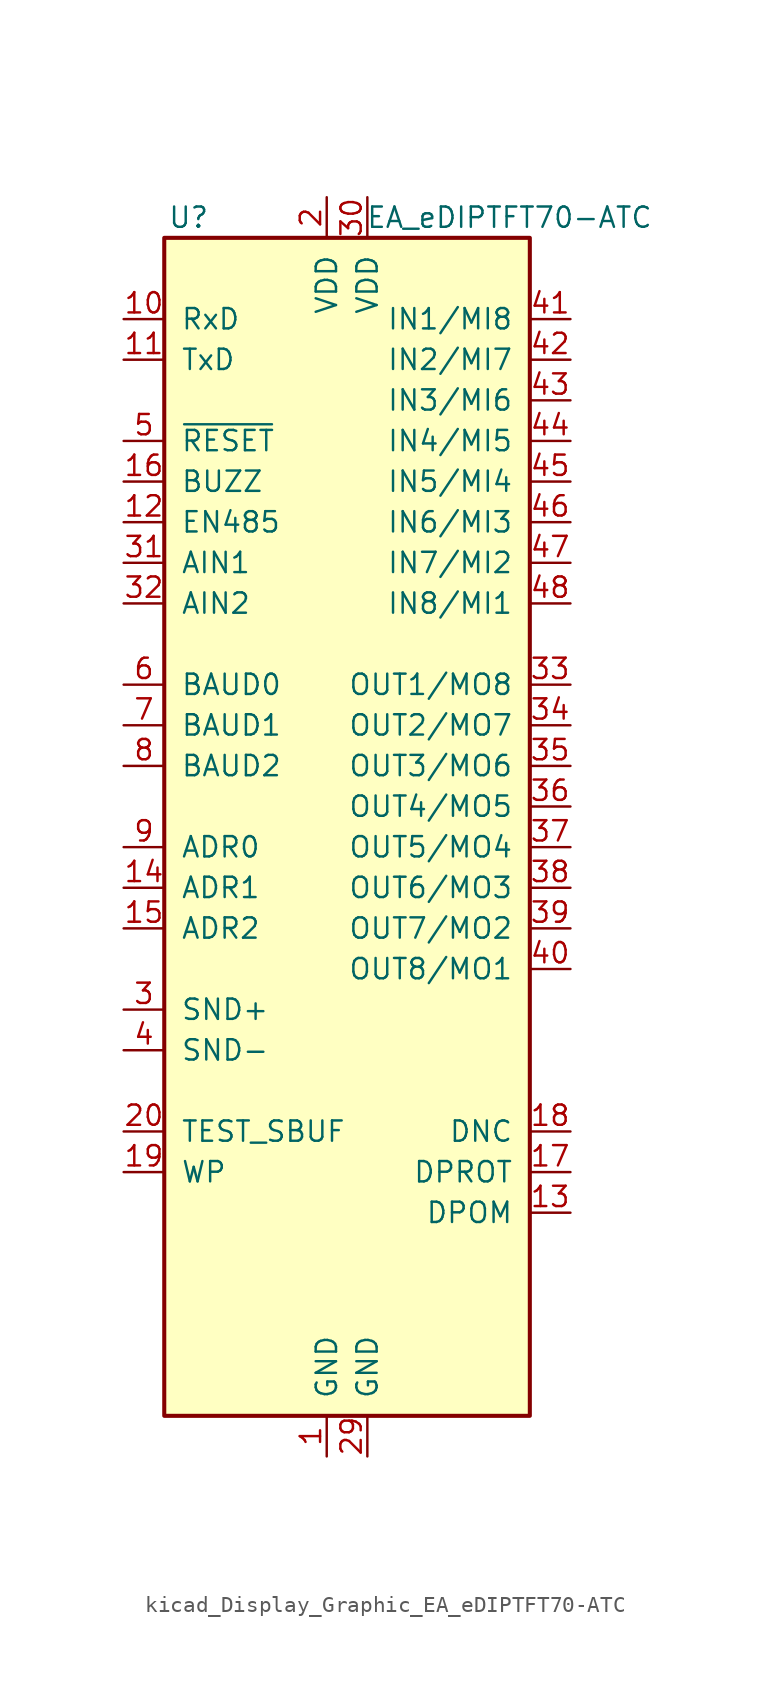
<source format=kicad_sym>
(kicad_symbol_lib
  (version 20220914)
  (generator kicad_symbol_editor)
  (symbol "kicad_Display_Graphic_EA_eDIPTFT70-ATC"
    (pin_names
      (offset 1.016))
    (property "Reference" "U"
      (at -8.636 36.83 0)
      (effects (font (size 1.27 1.27))))
    (property "Value" "EA_eDIPTFT70-ATC"
      (at 11.43 36.83 0)
      (effects (font (size 1.27 1.27))))
    (symbol "kicad_Display_Graphic_EA_eDIPTFT70-ATC_0_1"
      (rectangle (start -10.16 35.56) (end 12.7 -38.1) (stroke (width 0.254) (type default)) (fill (type background))))
    (symbol "kicad_Display_Graphic_EA_eDIPTFT70-ATC_1_1"
      (pin power_in line (at 0 -40.64 90) (length 2.54) (name "GND" (effects (font (size 1.27 1.27)))) (number "1" (effects (font (size 1.27 1.27)))))
      (pin input line (at -12.7 30.48 0) (length 2.54) (name "RxD" (effects (font (size 1.27 1.27)))) (number "10" (effects (font (size 1.27 1.27)))))
      (pin output line (at -12.7 27.94 0) (length 2.54) (name "TxD" (effects (font (size 1.27 1.27)))) (number "11" (effects (font (size 1.27 1.27)))))
      (pin output line (at -12.7 17.78 0) (length 2.54) (name "EN485" (effects (font (size 1.27 1.27)))) (number "12" (effects (font (size 1.27 1.27)))))
      (pin input line (at 15.24 -25.4 180) (length 2.54) (name "DPOM" (effects (font (size 1.27 1.27)))) (number "13" (effects (font (size 1.27 1.27)))))
      (pin input line (at -12.7 -5.08 0) (length 2.54) (name "ADR1" (effects (font (size 1.27 1.27)))) (number "14" (effects (font (size 1.27 1.27)))))
      (pin input line (at -12.7 -7.62 0) (length 2.54) (name "ADR2" (effects (font (size 1.27 1.27)))) (number "15" (effects (font (size 1.27 1.27)))))
      (pin output line (at -12.7 20.32 0) (length 2.54) (name "BUZZ" (effects (font (size 1.27 1.27)))) (number "16" (effects (font (size 1.27 1.27)))))
      (pin input line (at 15.24 -22.86 180) (length 2.54) (name "DPROT" (effects (font (size 1.27 1.27)))) (number "17" (effects (font (size 1.27 1.27)))))
      (pin output line (at 15.24 -20.32 180) (length 2.54) (name "DNC" (effects (font (size 1.27 1.27)))) (number "18" (effects (font (size 1.27 1.27)))))
      (pin input line (at -12.7 -22.86 0) (length 2.54) (name "WP" (effects (font (size 1.27 1.27)))) (number "19" (effects (font (size 1.27 1.27)))))
      (pin power_in line (at 0 38.1 270) (length 2.54) (name "VDD" (effects (font (size 1.27 1.27)))) (number "2" (effects (font (size 1.27 1.27)))))
      (pin bidirectional line (at -12.7 -20.32 0) (length 2.54) (name "TEST_SBUF" (effects (font (size 1.27 1.27)))) (number "20" (effects (font (size 1.27 1.27)))))
      (pin no_connect line (at -10.16 -27.94 0) (length 2.54) hide (name "NC" (effects (font (size 1.27 1.27)))) (number "21" (effects (font (size 1.27 1.27)))))
      (pin no_connect line (at -10.16 -30.48 0) (length 2.54) hide (name "NC" (effects (font (size 1.27 1.27)))) (number "22" (effects (font (size 1.27 1.27)))))
      (pin no_connect line (at -10.16 -33.02 0) (length 2.54) hide (name "NC" (effects (font (size 1.27 1.27)))) (number "23" (effects (font (size 1.27 1.27)))))
      (pin no_connect line (at -10.16 -35.56 0) (length 2.54) hide (name "NC" (effects (font (size 1.27 1.27)))) (number "24" (effects (font (size 1.27 1.27)))))
      (pin no_connect line (at 12.7 -35.56 180) (length 2.54) hide (name "NC" (effects (font (size 1.27 1.27)))) (number "25" (effects (font (size 1.27 1.27)))))
      (pin no_connect line (at 12.7 -33.02 180) (length 2.54) hide (name "NC" (effects (font (size 1.27 1.27)))) (number "26" (effects (font (size 1.27 1.27)))))
      (pin no_connect line (at 12.7 -30.48 180) (length 2.54) hide (name "NC" (effects (font (size 1.27 1.27)))) (number "27" (effects (font (size 1.27 1.27)))))
      (pin no_connect line (at 12.7 -27.94 180) (length 2.54) hide (name "NC" (effects (font (size 1.27 1.27)))) (number "28" (effects (font (size 1.27 1.27)))))
      (pin power_in line (at 2.54 -40.64 90) (length 2.54) (name "GND" (effects (font (size 1.27 1.27)))) (number "29" (effects (font (size 1.27 1.27)))))
      (pin output line (at -12.7 -12.7 0) (length 2.54) (name "SND+" (effects (font (size 1.27 1.27)))) (number "3" (effects (font (size 1.27 1.27)))))
      (pin power_in line (at 2.54 38.1 270) (length 2.54) (name "VDD" (effects (font (size 1.27 1.27)))) (number "30" (effects (font (size 1.27 1.27)))))
      (pin input line (at -12.7 15.24 0) (length 2.54) (name "AIN1" (effects (font (size 1.27 1.27)))) (number "31" (effects (font (size 1.27 1.27)))))
      (pin input line (at -12.7 12.7 0) (length 2.54) (name "AIN2" (effects (font (size 1.27 1.27)))) (number "32" (effects (font (size 1.27 1.27)))))
      (pin output line (at 15.24 7.62 180) (length 2.54) (name "OUT1/MO8" (effects (font (size 1.27 1.27)))) (number "33" (effects (font (size 1.27 1.27)))))
      (pin output line (at 15.24 5.08 180) (length 2.54) (name "OUT2/MO7" (effects (font (size 1.27 1.27)))) (number "34" (effects (font (size 1.27 1.27)))))
      (pin output line (at 15.24 2.54 180) (length 2.54) (name "OUT3/MO6" (effects (font (size 1.27 1.27)))) (number "35" (effects (font (size 1.27 1.27)))))
      (pin output line (at 15.24 0 180) (length 2.54) (name "OUT4/MO5" (effects (font (size 1.27 1.27)))) (number "36" (effects (font (size 1.27 1.27)))))
      (pin output line (at 15.24 -2.54 180) (length 2.54) (name "OUT5/MO4" (effects (font (size 1.27 1.27)))) (number "37" (effects (font (size 1.27 1.27)))))
      (pin output line (at 15.24 -5.08 180) (length 2.54) (name "OUT6/MO3" (effects (font (size 1.27 1.27)))) (number "38" (effects (font (size 1.27 1.27)))))
      (pin output line (at 15.24 -7.62 180) (length 2.54) (name "OUT7/MO2" (effects (font (size 1.27 1.27)))) (number "39" (effects (font (size 1.27 1.27)))))
      (pin input line (at -12.7 -15.24 0) (length 2.54) (name "SND-" (effects (font (size 1.27 1.27)))) (number "4" (effects (font (size 1.27 1.27)))))
      (pin output line (at 15.24 -10.16 180) (length 2.54) (name "OUT8/MO1" (effects (font (size 1.27 1.27)))) (number "40" (effects (font (size 1.27 1.27)))))
      (pin input line (at 15.24 30.48 180) (length 2.54) (name "IN1/MI8" (effects (font (size 1.27 1.27)))) (number "41" (effects (font (size 1.27 1.27)))))
      (pin input line (at 15.24 27.94 180) (length 2.54) (name "IN2/MI7" (effects (font (size 1.27 1.27)))) (number "42" (effects (font (size 1.27 1.27)))))
      (pin input line (at 15.24 25.4 180) (length 2.54) (name "IN3/MI6" (effects (font (size 1.27 1.27)))) (number "43" (effects (font (size 1.27 1.27)))))
      (pin input line (at 15.24 22.86 180) (length 2.54) (name "IN4/MI5" (effects (font (size 1.27 1.27)))) (number "44" (effects (font (size 1.27 1.27)))))
      (pin input line (at 15.24 20.32 180) (length 2.54) (name "IN5/MI4" (effects (font (size 1.27 1.27)))) (number "45" (effects (font (size 1.27 1.27)))))
      (pin input line (at 15.24 17.78 180) (length 2.54) (name "IN6/MI3" (effects (font (size 1.27 1.27)))) (number "46" (effects (font (size 1.27 1.27)))))
      (pin input line (at 15.24 15.24 180) (length 2.54) (name "IN7/MI2" (effects (font (size 1.27 1.27)))) (number "47" (effects (font (size 1.27 1.27)))))
      (pin input line (at 15.24 12.7 180) (length 2.54) (name "IN8/MI1" (effects (font (size 1.27 1.27)))) (number "48" (effects (font (size 1.27 1.27)))))
      (pin input line (at -12.7 22.86 0) (length 2.54) (name "~{RESET}" (effects (font (size 1.27 1.27)))) (number "5" (effects (font (size 1.27 1.27)))))
      (pin input line (at -12.7 7.62 0) (length 2.54) (name "BAUD0" (effects (font (size 1.27 1.27)))) (number "6" (effects (font (size 1.27 1.27)))))
      (pin input line (at -12.7 5.08 0) (length 2.54) (name "BAUD1" (effects (font (size 1.27 1.27)))) (number "7" (effects (font (size 1.27 1.27)))))
      (pin input line (at -12.7 2.54 0) (length 2.54) (name "BAUD2" (effects (font (size 1.27 1.27)))) (number "8" (effects (font (size 1.27 1.27)))))
      (pin input line (at -12.7 -2.54 0) (length 2.54) (name "ADR0" (effects (font (size 1.27 1.27)))) (number "9" (effects (font (size 1.27 1.27))))))))
</source>
